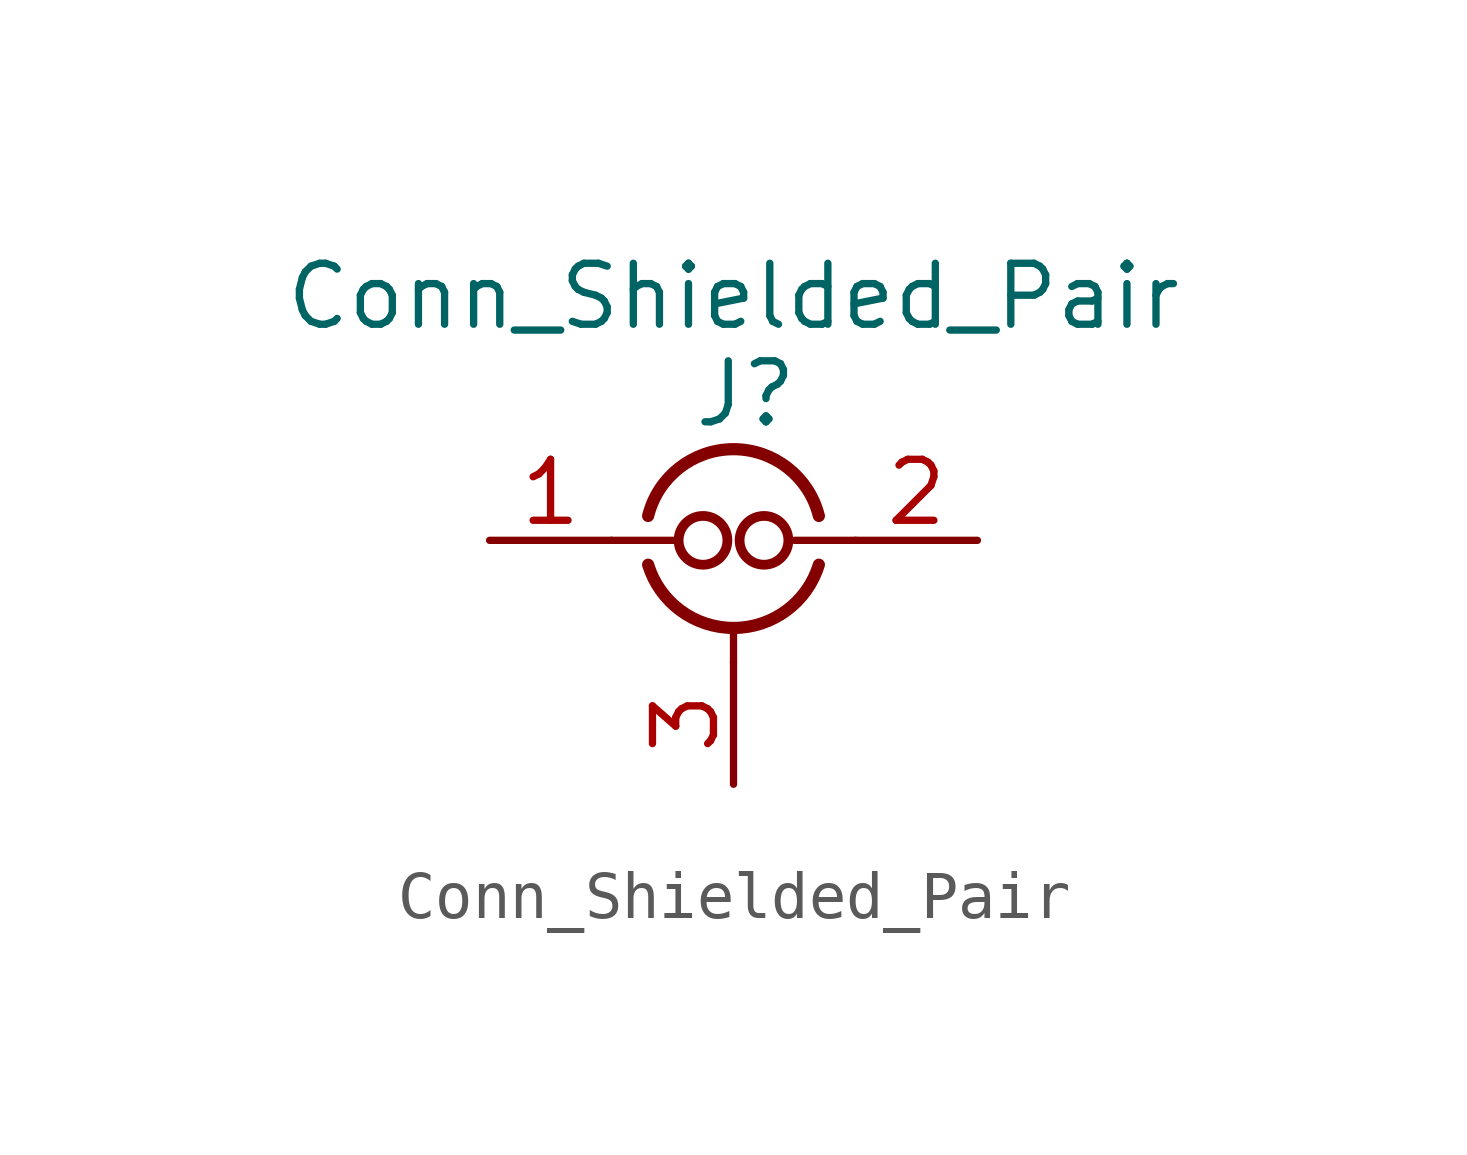
<source format=kicad_sym>
(kicad_symbol_lib
  (version 20241209)
  (generator "kicad_symbol_editor")
  (generator_version "9.0")
  (symbol "Conn_Shielded_Pair"
    (pin_names
      (hide yes))
    (property "Reference" "J"
      (at 0.254 5.588 0)
      (effects (font (size 1.27 1.27))))
    (property "Value" "Conn_Shielded_Pair"
      (at 0 7.62 0)
      (effects (font (size 1.27 1.27))))
    (symbol "Conn_Shielded_Pair_0_1"
      (polyline (pts (xy -2.54 2.54) (xy -1.143 2.54)) (stroke (width 0) (type default)) (fill (type none)))
      (circle (center -0.635 2.54) (radius 0.508) (stroke (width 0.203) (type default)) (fill (type none)))
      (arc (start -1.778 3.048) (mid 0 4.4383) (end 1.778 3.048) (stroke (width 0.254) (type default)) (fill (type none)))
      (arc (start 1.778 2.032) (mid 0 0.7152) (end -1.778 2.032) (stroke (width 0.254) (type default)) (fill (type none)))
      (polyline (pts (xy 0 0) (xy 0 0.762)) (stroke (width 0) (type default)) (fill (type none)))
      (circle (center 0.635 2.54) (radius 0.508) (stroke (width 0.203) (type default)) (fill (type none)))
      (polyline (pts (xy 1.27 2.54) (xy 2.54 2.54)) (stroke (width 0) (type default)) (fill (type none))))
    (symbol "Conn_Shielded_Pair_1_1"
      (pin passive line (at -5.08 2.54 0) (length 2.54) (name "In1" (effects (font (size 1.27 1.27)))) (number "1" (effects (font (size 1.27 1.27)))))
      (pin passive line (at 0 -2.54 90) (length 2.54) (name "Ext" (effects (font (size 1.27 1.27)))) (number "3" (effects (font (size 1.27 1.27)))))
      (pin passive line (at 5.08 2.54 180) (length 2.54) (name "In2" (effects (font (size 1.27 1.27)))) (number "2" (effects (font (size 1.27 1.27))))))))
</source>
